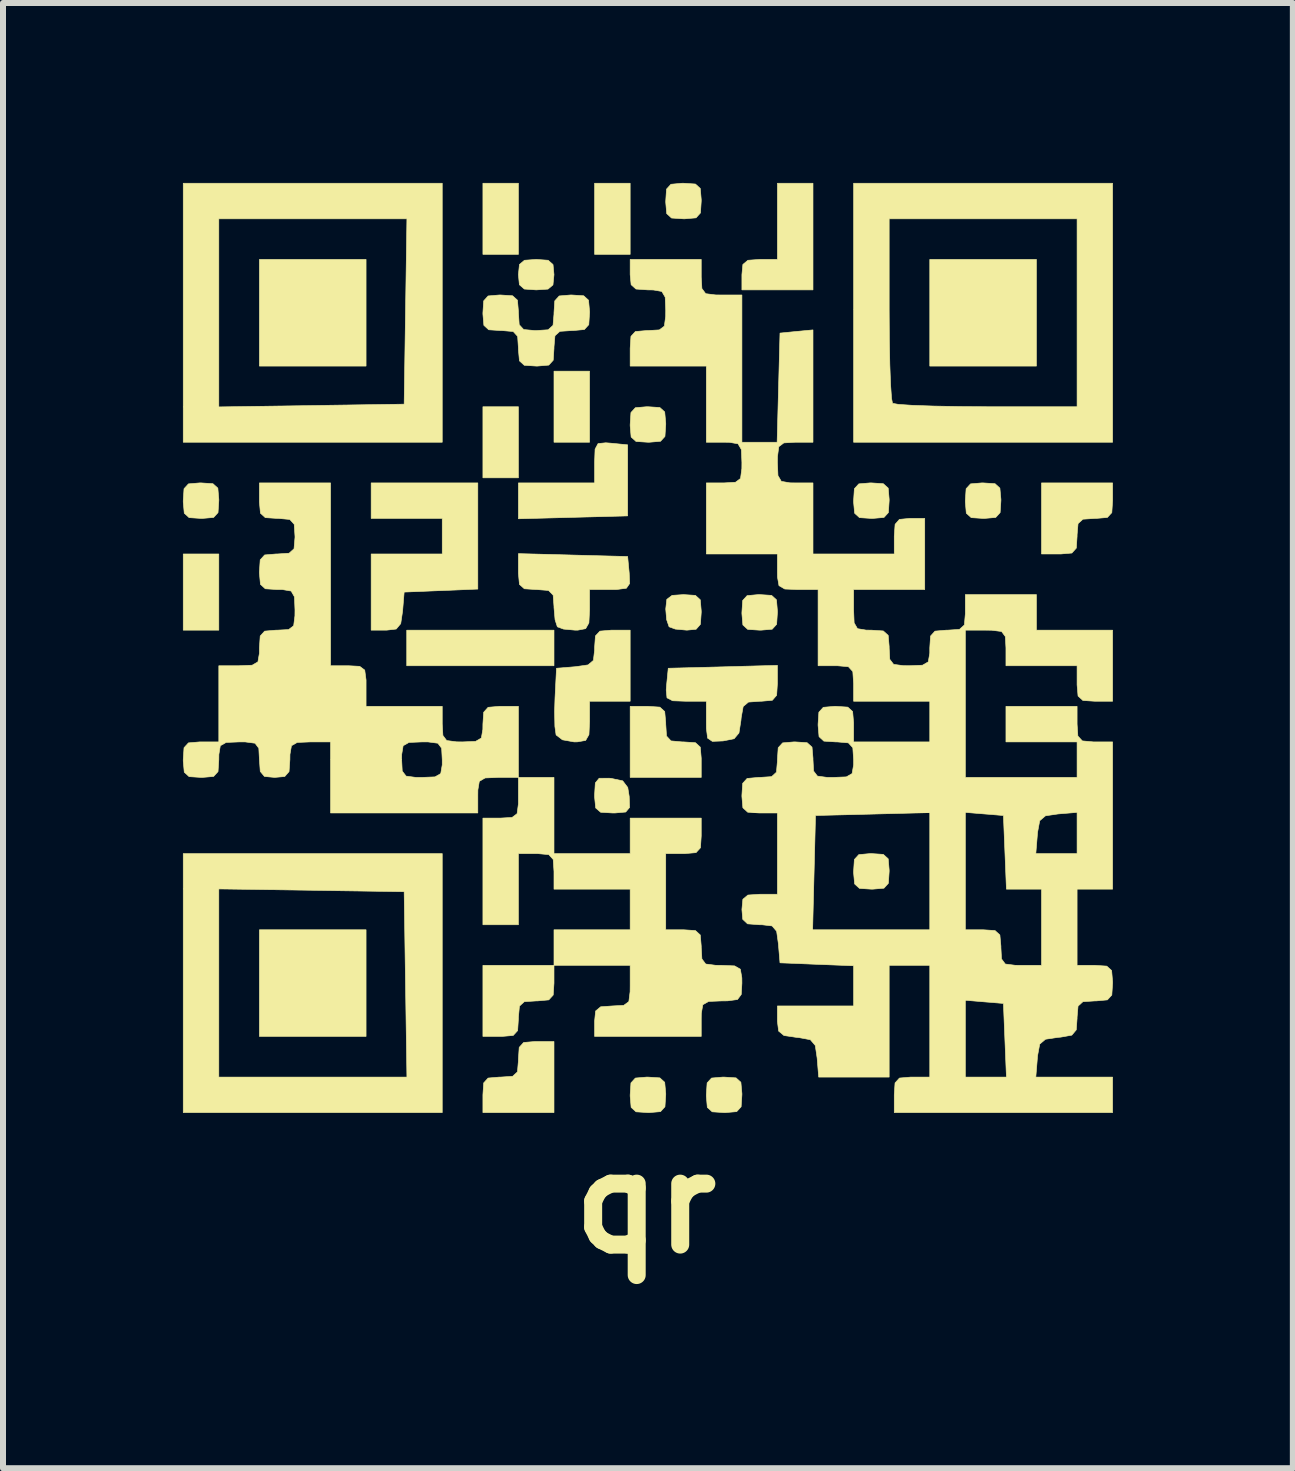
<source format=kicad_pcb>
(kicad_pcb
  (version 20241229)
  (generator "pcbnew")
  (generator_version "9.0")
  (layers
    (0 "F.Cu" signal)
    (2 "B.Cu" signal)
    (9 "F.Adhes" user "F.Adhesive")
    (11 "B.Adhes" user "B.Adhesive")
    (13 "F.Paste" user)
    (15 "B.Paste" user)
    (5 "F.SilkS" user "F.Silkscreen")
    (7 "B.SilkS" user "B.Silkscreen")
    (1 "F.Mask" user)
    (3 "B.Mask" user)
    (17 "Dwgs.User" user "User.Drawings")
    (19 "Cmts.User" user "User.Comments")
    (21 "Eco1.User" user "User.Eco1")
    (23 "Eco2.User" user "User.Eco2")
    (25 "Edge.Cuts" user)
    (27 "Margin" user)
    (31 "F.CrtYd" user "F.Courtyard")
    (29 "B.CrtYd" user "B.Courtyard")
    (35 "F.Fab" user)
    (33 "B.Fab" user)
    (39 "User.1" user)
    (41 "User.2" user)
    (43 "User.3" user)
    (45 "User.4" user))
  (footprint "qr"
    (layer "F.Cu")
    (at 7.71 7.71)
    (property "Reference" "qr" (at 0 9.3 0) (layer "F.SilkS") (effects (font (size 1.524 1.524) (thickness 0.3))))
    (attr through_hole)
    (fp_poly (pts (xy -7.112 -0.254) (xy -7.705 -0.254) (xy -7.705 -1.524) (xy -7.112 -1.524) (xy -7.112 -0.254)) (stroke (width 0.01) (type solid)) (fill yes) (layer "F.SilkS"))
    (fp_poly (pts (xy -4.657 -4.657) (xy -6.435 -4.657) (xy -6.435 -6.435) (xy -4.657 -6.435) (xy -4.657 -4.657)) (stroke (width 0.01) (type solid)) (fill yes) (layer "F.SilkS"))
    (fp_poly (pts (xy -4.657 6.519) (xy -6.435 6.519) (xy -6.435 4.741) (xy -4.657 4.741) (xy -4.657 6.519)) (stroke (width 0.01) (type solid)) (fill yes) (layer "F.SilkS"))
    (fp_poly (pts (xy -2.117 -6.519) (xy -2.709 -6.519) (xy -2.709 -7.705) (xy -2.117 -7.705) (xy -2.117 -6.519)) (stroke (width 0.01) (type solid)) (fill yes) (layer "F.SilkS"))
    (fp_poly (pts (xy -2.117 -2.794) (xy -2.709 -2.794) (xy -2.709 -3.979) (xy -2.117 -3.979) (xy -2.117 -2.794)) (stroke (width 0.01) (type solid)) (fill yes) (layer "F.SilkS"))
    (fp_poly (pts (xy -1.524 0.339) (xy -3.979 0.339) (xy -3.979 -0.254) (xy -1.524 -0.254) (xy -1.524 0.339)) (stroke (width 0.01) (type solid)) (fill yes) (layer "F.SilkS"))
    (fp_poly (pts (xy -0.931 -3.387) (xy -1.524 -3.387) (xy -1.524 -4.572) (xy -0.931 -4.572) (xy -0.931 -3.387)) (stroke (width 0.01) (type solid)) (fill yes) (layer "F.SilkS"))
    (fp_poly (pts (xy -0.254 -6.519) (xy -0.847 -6.519) (xy -0.847 -7.705) (xy -0.254 -7.705) (xy -0.254 -6.519)) (stroke (width 0.01) (type solid)) (fill yes) (layer "F.SilkS"))
    (fp_poly (pts (xy 6.519 -4.657) (xy 4.741 -4.657) (xy 4.741 -6.435) (xy 6.519 -6.435) (xy 6.519 -4.657)) (stroke (width 0.01) (type solid)) (fill yes) (layer "F.SilkS"))
    (fp_poly (pts (xy 2.794 -5.927) (xy 1.609 -5.927) (xy 1.609 -6.181) (xy 1.625 -6.351) (xy 1.709 -6.421) (xy 1.905 -6.435) (xy 2.201 -6.435) (xy 2.201 -7.705) (xy 2.794 -7.705) (xy 2.794 -5.927)) (stroke (width 0.01) (type solid)) (fill yes) (layer "F.SilkS"))
    (fp_poly (pts (xy -0.572 -3.371) (xy -0.296 -3.344) (xy -0.296 -2.159) (xy -1.206 -2.135) (xy -2.117 -2.111) (xy -2.117 -2.709) (xy -0.847 -2.709) (xy -0.847 -3.053) (xy -0.839 -3.272) (xy -0.789 -3.365) (xy -0.66 -3.378) (xy -0.572 -3.371)) (stroke (width 0.01) (type solid)) (fill yes) (layer "F.SilkS"))
    (fp_poly (pts (xy -3.387 7.789) (xy -7.705 7.789) (xy -7.705 7.197) (xy -7.112 7.197) (xy -3.976 7.197) (xy -3.999 5.652) (xy -4.022 4.106) (xy -7.112 4.06) (xy -7.112 7.197) (xy -7.705 7.197) (xy -7.705 3.471) (xy -3.387 3.471) (xy -3.387 7.789)) (stroke (width 0.01) (type solid)) (fill yes) (layer "F.SilkS"))
    (fp_poly (pts (xy -1.621 -6.421) (xy -1.54 -6.349) (xy -1.524 -6.181) (xy -1.541 -6.01) (xy -1.624 -5.94) (xy -1.82 -5.927) (xy -2.019 -5.941) (xy -2.101 -6.013) (xy -2.117 -6.181) (xy -2.1 -6.351) (xy -2.016 -6.421) (xy -1.82 -6.435) (xy -1.621 -6.421)) (stroke (width 0.01) (type solid)) (fill yes) (layer "F.SilkS"))
    (fp_poly (pts (xy -3.387 -3.387) (xy -7.705 -3.387) (xy -7.705 -7.112) (xy -7.112 -7.112) (xy -7.112 -3.976) (xy -5.567 -3.999) (xy -4.022 -4.022) (xy -3.999 -5.567) (xy -3.976 -7.112) (xy -7.112 -7.112) (xy -7.705 -7.112) (xy -7.705 -7.705) (xy -3.387 -7.705) (xy -3.387 -3.387)) (stroke (width 0.01) (type solid)) (fill yes) (layer "F.SilkS"))
    (fp_poly (pts (xy -2.794 -0.939) (xy -4.022 -0.889) (xy -4.048 -0.572) (xy -4.079 -0.363) (xy -4.154 -0.273) (xy -4.315 -0.254) (xy -4.323 -0.254) (xy -4.572 -0.254) (xy -4.572 -1.524) (xy -3.387 -1.524) (xy -3.387 -2.117) (xy -4.572 -2.117) (xy -4.572 -2.709) (xy -2.794 -2.709) (xy -2.794 -0.939)) (stroke (width 0.01) (type solid)) (fill yes) (layer "F.SilkS"))
    (fp_poly (pts (xy 0.834 -0.834) (xy 0.915 -0.76) (xy 0.931 -0.573) (xy 0.931 -0.55) (xy 0.917 -0.351) (xy 0.845 -0.269) (xy 0.691 -0.254) (xy 0.498 -0.272) (xy 0.395 -0.31) (xy 0.354 -0.429) (xy 0.339 -0.607) (xy 0.357 -0.768) (xy 0.445 -0.834) (xy 0.635 -0.847) (xy 0.834 -0.834)) (stroke (width 0.01) (type solid)) (fill yes) (layer "F.SilkS"))
    (fp_poly (pts (xy -0.572 2.217) (xy -0.378 2.258) (xy -0.294 2.369) (xy -0.27 2.519) (xy -0.264 2.702) (xy -0.328 2.778) (xy -0.508 2.794) (xy -0.545 2.794) (xy -0.746 2.782) (xy -0.829 2.71) (xy -0.847 2.528) (xy -0.847 2.492) (xy -0.835 2.293) (xy -0.771 2.215) (xy -0.605 2.214) (xy -0.572 2.217)) (stroke (width 0.01) (type solid)) (fill yes) (layer "F.SilkS"))
    (fp_poly (pts (xy -7.21 -2.696) (xy -7.128 -2.622) (xy -7.112 -2.436) (xy -7.112 -2.413) (xy -7.125 -2.214) (xy -7.199 -2.133) (xy -7.386 -2.117) (xy -7.408 -2.117) (xy -7.607 -2.13) (xy -7.688 -2.204) (xy -7.705 -2.39) (xy -7.705 -2.413) (xy -7.692 -2.612) (xy -7.618 -2.693) (xy -7.431 -2.709) (xy -7.408 -2.709) (xy -7.21 -2.696)) (stroke (width 0.01) (type solid)) (fill yes) (layer "F.SilkS"))
    (fp_poly (pts (xy -1.524 5.63) (xy -1.537 5.829) (xy -1.611 5.91) (xy -1.798 5.927) (xy -1.82 5.927) (xy -2.019 5.94) (xy -2.1 6.014) (xy -2.117 6.2) (xy -2.117 6.223) (xy -2.13 6.422) (xy -2.204 6.503) (xy -2.39 6.519) (xy -2.413 6.519) (xy -2.709 6.519) (xy -2.709 5.334) (xy -1.524 5.334) (xy -1.524 5.63)) (stroke (width 0.01) (type solid)) (fill yes) (layer "F.SilkS"))
    (fp_poly (pts (xy -1.524 7.789) (xy -2.709 7.789) (xy -2.709 7.493) (xy -2.696 7.294) (xy -2.622 7.213) (xy -2.436 7.197) (xy -2.413 7.197) (xy -2.214 7.184) (xy -2.133 7.11) (xy -2.117 6.923) (xy -2.117 6.9) (xy -2.104 6.702) (xy -2.03 6.62) (xy -1.843 6.604) (xy -1.82 6.604) (xy -1.524 6.604) (xy -1.524 7.789)) (stroke (width 0.01) (type solid)) (fill yes) (layer "F.SilkS"))
    (fp_poly (pts (xy 0.241 -3.966) (xy 0.322 -3.892) (xy 0.339 -3.706) (xy 0.339 -3.683) (xy 0.326 -3.484) (xy 0.252 -3.403) (xy 0.065 -3.387) (xy 0.042 -3.387) (xy -0.156 -3.4) (xy -0.238 -3.474) (xy -0.254 -3.66) (xy -0.254 -3.683) (xy -0.241 -3.882) (xy -0.167 -3.963) (xy 0.02 -3.979) (xy 0.042 -3.979) (xy 0.241 -3.966)) (stroke (width 0.01) (type solid)) (fill yes) (layer "F.SilkS"))
    (fp_poly (pts (xy 0.241 1.029) (xy 0.322 1.103) (xy 0.339 1.29) (xy 0.339 1.312) (xy 0.352 1.511) (xy 0.426 1.592) (xy 0.612 1.609) (xy 0.635 1.609) (xy 0.834 1.622) (xy 0.915 1.696) (xy 0.931 1.882) (xy 0.931 1.905) (xy 0.931 2.201) (xy -0.254 2.201) (xy -0.254 1.016) (xy 0.042 1.016) (xy 0.241 1.029)) (stroke (width 0.01) (type solid)) (fill yes) (layer "F.SilkS"))
    (fp_poly (pts (xy 0.241 7.21) (xy 0.322 7.284) (xy 0.339 7.47) (xy 0.339 7.493) (xy 0.326 7.692) (xy 0.252 7.773) (xy 0.065 7.789) (xy 0.042 7.789) (xy -0.156 7.776) (xy -0.238 7.702) (xy -0.254 7.516) (xy -0.254 7.493) (xy -0.241 7.294) (xy -0.167 7.213) (xy 0.02 7.197) (xy 0.042 7.197) (xy 0.241 7.21)) (stroke (width 0.01) (type solid)) (fill yes) (layer "F.SilkS"))
    (fp_poly (pts (xy 0.834 -7.692) (xy 0.915 -7.618) (xy 0.931 -7.431) (xy 0.931 -7.408) (xy 0.918 -7.21) (xy 0.844 -7.128) (xy 0.658 -7.112) (xy 0.635 -7.112) (xy 0.436 -7.125) (xy 0.355 -7.199) (xy 0.339 -7.386) (xy 0.339 -7.408) (xy 0.352 -7.607) (xy 0.426 -7.688) (xy 0.612 -7.705) (xy 0.635 -7.705) (xy 0.834 -7.692)) (stroke (width 0.01) (type solid)) (fill yes) (layer "F.SilkS"))
    (fp_poly (pts (xy 1.511 7.21) (xy 1.592 7.284) (xy 1.609 7.47) (xy 1.609 7.493) (xy 1.596 7.692) (xy 1.522 7.773) (xy 1.335 7.789) (xy 1.312 7.789) (xy 1.114 7.776) (xy 1.032 7.702) (xy 1.016 7.516) (xy 1.016 7.493) (xy 1.029 7.294) (xy 1.103 7.213) (xy 1.29 7.197) (xy 1.312 7.197) (xy 1.511 7.21)) (stroke (width 0.01) (type solid)) (fill yes) (layer "F.SilkS"))
    (fp_poly (pts (xy 2.104 -0.834) (xy 2.185 -0.76) (xy 2.201 -0.573) (xy 2.201 -0.55) (xy 2.188 -0.352) (xy 2.114 -0.27) (xy 1.928 -0.254) (xy 1.905 -0.254) (xy 1.706 -0.267) (xy 1.625 -0.341) (xy 1.609 -0.528) (xy 1.609 -0.55) (xy 1.622 -0.749) (xy 1.696 -0.83) (xy 1.882 -0.847) (xy 1.905 -0.847) (xy 2.104 -0.834)) (stroke (width 0.01) (type solid)) (fill yes) (layer "F.SilkS"))
    (fp_poly (pts (xy 3.966 -2.696) (xy 4.048 -2.622) (xy 4.064 -2.436) (xy 4.064 -2.413) (xy 4.051 -2.214) (xy 3.977 -2.133) (xy 3.79 -2.117) (xy 3.768 -2.117) (xy 3.569 -2.13) (xy 3.488 -2.204) (xy 3.471 -2.39) (xy 3.471 -2.413) (xy 3.484 -2.612) (xy 3.558 -2.693) (xy 3.745 -2.709) (xy 3.768 -2.709) (xy 3.966 -2.696)) (stroke (width 0.01) (type solid)) (fill yes) (layer "F.SilkS"))
    (fp_poly (pts (xy 3.966 3.484) (xy 4.048 3.558) (xy 4.064 3.745) (xy 4.064 3.768) (xy 4.051 3.966) (xy 3.977 4.048) (xy 3.79 4.064) (xy 3.768 4.064) (xy 3.569 4.051) (xy 3.488 3.977) (xy 3.471 3.79) (xy 3.471 3.768) (xy 3.484 3.569) (xy 3.558 3.488) (xy 3.745 3.471) (xy 3.768 3.471) (xy 3.966 3.484)) (stroke (width 0.01) (type solid)) (fill yes) (layer "F.SilkS"))
    (fp_poly (pts (xy 5.829 -2.696) (xy 5.91 -2.622) (xy 5.927 -2.436) (xy 5.927 -2.413) (xy 5.914 -2.214) (xy 5.84 -2.133) (xy 5.653 -2.117) (xy 5.63 -2.117) (xy 5.432 -2.13) (xy 5.35 -2.204) (xy 5.334 -2.39) (xy 5.334 -2.413) (xy 5.347 -2.612) (xy 5.421 -2.693) (xy 5.608 -2.709) (xy 5.63 -2.709) (xy 5.829 -2.696)) (stroke (width 0.01) (type solid)) (fill yes) (layer "F.SilkS"))
    (fp_poly (pts (xy 7.789 -2.413) (xy 7.776 -2.214) (xy 7.702 -2.133) (xy 7.516 -2.117) (xy 7.493 -2.117) (xy 7.294 -2.104) (xy 7.213 -2.03) (xy 7.197 -1.843) (xy 7.197 -1.82) (xy 7.184 -1.622) (xy 7.11 -1.54) (xy 6.923 -1.524) (xy 6.9 -1.524) (xy 6.604 -1.524) (xy 6.604 -2.709) (xy 7.789 -2.709) (xy 7.789 -2.413)) (stroke (width 0.01) (type solid)) (fill yes) (layer "F.SilkS"))
    (fp_poly (pts (xy 7.789 -3.387) (xy 3.471 -3.387) (xy 3.471 -7.112) (xy 4.064 -7.112) (xy 4.064 -5.602) (xy 4.067 -5.113) (xy 4.075 -4.683) (xy 4.088 -4.341) (xy 4.104 -4.116) (xy 4.12 -4.036) (xy 4.219 -4.018) (xy 4.46 -4.002) (xy 4.813 -3.99) (xy 5.251 -3.982) (xy 5.687 -3.979) (xy 7.197 -3.979) (xy 7.197 -7.112) (xy 4.064 -7.112) (xy 3.471 -7.112) (xy 3.471 -7.705) (xy 7.789 -7.705) (xy 7.789 -3.387)) (stroke (width 0.01) (type solid)) (fill yes) (layer "F.SilkS"))
    (fp_poly (pts (xy -0.254 0.931) (xy -0.931 0.931) (xy -0.931 1.27) (xy -0.941 1.487) (xy -0.996 1.584) (xy -1.131 1.608) (xy -1.188 1.609) (xy -1.383 1.574) (xy -1.489 1.493) (xy -1.509 1.35) (xy -1.514 1.1) (xy -1.507 0.88) (xy -1.482 0.381) (xy -1.164 0.355) (xy -0.956 0.325) (xy -0.867 0.25) (xy -0.847 0.079) (xy -0.847 0.037) (xy -0.833 -0.158) (xy -0.758 -0.238) (xy -0.57 -0.254) (xy -0.55 -0.254) (xy -0.254 -0.254) (xy -0.254 0.931)) (stroke (width 0.01) (type solid)) (fill yes) (layer "F.SilkS"))
    (fp_poly (pts (xy 2.201 0.632) (xy 2.188 0.832) (xy 2.116 0.915) (xy 1.935 0.931) (xy 1.91 0.931) (xy 1.718 0.945) (xy 1.63 1.019) (xy 1.597 1.204) (xy 1.593 1.249) (xy 1.56 1.46) (xy 1.479 1.556) (xy 1.3 1.592) (xy 1.291 1.593) (xy 1.116 1.6) (xy 1.037 1.546) (xy 1.017 1.386) (xy 1.016 1.275) (xy 1.016 0.931) (xy 0.672 0.931) (xy 0.454 0.923) (xy 0.36 0.874) (xy 0.347 0.745) (xy 0.354 0.656) (xy 0.381 0.381) (xy 2.201 0.333) (xy 2.201 0.632)) (stroke (width 0.01) (type solid)) (fill yes) (layer "F.SilkS"))
    (fp_poly (pts (xy -1.206 -1.506) (xy -0.296 -1.482) (xy -0.27 -1.206) (xy -0.263 -1.031) (xy -0.317 -0.953) (xy -0.477 -0.932) (xy -0.587 -0.931) (xy -0.931 -0.931) (xy -0.931 -0.593) (xy -0.942 -0.375) (xy -0.996 -0.279) (xy -1.128 -0.254) (xy -1.171 -0.254) (xy -1.365 -0.272) (xy -1.468 -0.31) (xy -1.506 -0.427) (xy -1.524 -0.632) (xy -1.524 -0.649) (xy -1.538 -0.838) (xy -1.615 -0.916) (xy -1.806 -0.931) (xy -1.82 -0.931) (xy -2.018 -0.944) (xy -2.1 -1.017) (xy -2.117 -1.202) (xy -2.117 -1.231) (xy -2.117 -1.53) (xy -1.206 -1.506)) (stroke (width 0.01) (type solid)) (fill yes) (layer "F.SilkS"))
    (fp_poly (pts (xy -1.029 -5.829) (xy -0.948 -5.755) (xy -0.931 -5.568) (xy -0.931 -5.546) (xy -0.944 -5.347) (xy -1.018 -5.266) (xy -1.205 -5.249) (xy -1.228 -5.249) (xy -1.426 -5.236) (xy -1.508 -5.162) (xy -1.524 -4.976) (xy -1.524 -4.953) (xy -1.537 -4.754) (xy -1.611 -4.673) (xy -1.798 -4.657) (xy -1.82 -4.657) (xy -2.019 -4.67) (xy -2.1 -4.744) (xy -2.117 -4.93) (xy -2.117 -4.953) (xy -2.13 -5.152) (xy -2.204 -5.233) (xy -2.39 -5.249) (xy -2.413 -5.249) (xy -2.612 -5.262) (xy -2.693 -5.336) (xy -2.709 -5.523) (xy -2.709 -5.546) (xy -2.696 -5.744) (xy -2.622 -5.826) (xy -2.436 -5.842) (xy -2.413 -5.842) (xy -2.214 -5.829) (xy -2.133 -5.755) (xy -2.117 -5.568) (xy -2.117 -5.546) (xy -2.104 -5.347) (xy -2.03 -5.266) (xy -1.843 -5.249) (xy -1.82 -5.249) (xy -1.622 -5.262) (xy -1.54 -5.336) (xy -1.524 -5.523) (xy -1.524 -5.546) (xy -1.511 -5.744) (xy -1.437 -5.826) (xy -1.25 -5.842) (xy -1.228 -5.842) (xy -1.029 -5.829)) (stroke (width 0.01) (type solid)) (fill yes) (layer "F.SilkS"))
    (fp_poly (pts (xy -1.524 4.741) (xy -0.254 4.741) (xy -0.254 4.064) (xy -1.524 4.064) (xy -1.524 3.768) (xy -1.537 3.569) (xy -1.611 3.488) (xy -1.798 3.471) (xy -1.82 3.471) (xy -2.117 3.471) (xy -2.117 4.657) (xy -2.709 4.657) (xy -2.709 2.879) (xy -2.413 2.879) (xy -2.223 2.868) (xy -2.139 2.805) (xy -2.117 2.64) (xy -2.117 2.54) (xy -2.117 2.201) (xy -1.524 2.201) (xy -1.524 3.471) (xy -0.254 3.471) (xy -0.254 2.879) (xy 0.931 2.879) (xy 0.931 3.175) (xy 0.918 3.374) (xy 0.844 3.455) (xy 0.658 3.471) (xy 0.635 3.471) (xy 0.339 3.471) (xy 0.339 4.741) (xy 0.635 4.741) (xy 0.834 4.754) (xy 0.915 4.828) (xy 0.931 5.015) (xy 0.931 5.038) (xy 0.942 5.227) (xy 1.005 5.312) (xy 1.17 5.333) (xy 1.27 5.334) (xy 1.487 5.343) (xy 1.583 5.398) (xy 1.608 5.543) (xy 1.609 5.63) (xy 1.598 5.82) (xy 1.535 5.904) (xy 1.37 5.926) (xy 1.27 5.927) (xy 1.053 5.936) (xy 0.957 5.991) (xy 0.932 6.136) (xy 0.931 6.223) (xy 0.931 6.519) (xy -0.847 6.519) (xy -0.847 6.265) (xy -0.83 6.095) (xy -0.746 6.025) (xy -0.55 6.011) (xy -0.361 6.001) (xy -0.276 5.938) (xy -0.255 5.773) (xy -0.254 5.673) (xy -0.254 5.334) (xy -1.524 5.334) (xy -1.524 4.741)) (stroke (width 0.01) (type solid)) (fill yes) (layer "F.SilkS"))
    (fp_poly (pts (xy -5.249 0.339) (xy -4.953 0.339) (xy -4.763 0.349) (xy -4.679 0.412) (xy -4.657 0.577) (xy -4.657 0.677) (xy -4.657 1.016) (xy -3.387 1.016) (xy -3.387 1.312) (xy -3.376 1.502) (xy -3.313 1.586) (xy -3.148 1.608) (xy -3.048 1.609) (xy -2.831 1.6) (xy -2.735 1.544) (xy -2.71 1.4) (xy -2.709 1.312) (xy -2.696 1.114) (xy -2.622 1.032) (xy -2.436 1.016) (xy -2.413 1.016) (xy -2.117 1.016) (xy -2.117 2.201) (xy -2.455 2.201) (xy -2.672 2.21) (xy -2.769 2.266) (xy -2.793 2.41) (xy -2.794 2.498) (xy -2.794 2.794) (xy -5.249 2.794) (xy -5.249 1.905) (xy -4.064 1.905) (xy -4.054 2.095) (xy -3.99 2.179) (xy -3.825 2.201) (xy -3.725 2.201) (xy -3.508 2.192) (xy -3.412 2.137) (xy -3.387 1.992) (xy -3.387 1.905) (xy -3.397 1.715) (xy -3.46 1.631) (xy -3.625 1.609) (xy -3.725 1.609) (xy -3.942 1.618) (xy -4.039 1.673) (xy -4.063 1.818) (xy -4.064 1.905) (xy -5.249 1.905) (xy -5.249 1.609) (xy -5.588 1.609) (xy -5.805 1.618) (xy -5.901 1.673) (xy -5.926 1.818) (xy -5.927 1.905) (xy -5.941 2.104) (xy -6.013 2.186) (xy -6.181 2.201) (xy -6.351 2.185) (xy -6.421 2.101) (xy -6.435 1.905) (xy -6.445 1.715) (xy -6.508 1.631) (xy -6.673 1.609) (xy -6.773 1.609) (xy -6.99 1.618) (xy -7.087 1.673) (xy -7.111 1.818) (xy -7.112 1.905) (xy -7.125 2.104) (xy -7.199 2.185) (xy -7.386 2.201) (xy -7.408 2.201) (xy -7.607 2.188) (xy -7.688 2.114) (xy -7.705 1.928) (xy -7.705 1.905) (xy -7.692 1.706) (xy -7.618 1.625) (xy -7.431 1.609) (xy -7.408 1.609) (xy -7.112 1.609) (xy -7.112 0.339) (xy -6.773 0.339) (xy -6.556 0.33) (xy -6.46 0.274) (xy -6.435 0.13) (xy -6.435 0.042) (xy -6.422 -0.156) (xy -6.348 -0.238) (xy -6.161 -0.254) (xy -6.138 -0.254) (xy -5.949 -0.264) (xy -5.864 -0.328) (xy -5.843 -0.493) (xy -5.842 -0.593) (xy -5.851 -0.81) (xy -5.906 -0.906) (xy -6.051 -0.931) (xy -6.138 -0.931) (xy -6.337 -0.944) (xy -6.418 -1.018) (xy -6.435 -1.205) (xy -6.435 -1.228) (xy -6.422 -1.426) (xy -6.348 -1.508) (xy -6.161 -1.524) (xy -6.138 -1.524) (xy -5.94 -1.537) (xy -5.858 -1.611) (xy -5.842 -1.798) (xy -5.842 -1.82) (xy -5.855 -2.019) (xy -5.929 -2.1) (xy -6.116 -2.117) (xy -6.138 -2.117) (xy -6.337 -2.13) (xy -6.418 -2.204) (xy -6.435 -2.39) (xy -6.435 -2.413) (xy -6.435 -2.709) (xy -5.249 -2.709) (xy -5.249 0.339)) (stroke (width 0.01) (type solid)) (fill yes) (layer "F.SilkS"))
    (fp_poly (pts (xy 0.931 -6.138) (xy 0.942 -5.949) (xy 1.005 -5.864) (xy 1.17 -5.843) (xy 1.27 -5.842) (xy 1.609 -5.842) (xy 1.609 -3.387) (xy 2.196 -3.387) (xy 2.244 -5.207) (xy 2.519 -5.234) (xy 2.794 -5.26) (xy 2.794 -3.387) (xy 2.498 -3.387) (xy 2.308 -3.376) (xy 2.224 -3.313) (xy 2.202 -3.148) (xy 2.201 -3.048) (xy 2.21 -2.831) (xy 2.266 -2.735) (xy 2.41 -2.71) (xy 2.498 -2.709) (xy 2.794 -2.709) (xy 2.794 -1.524) (xy 4.149 -1.524) (xy 4.149 -1.82) (xy 4.163 -2.019) (xy 4.235 -2.101) (xy 4.403 -2.117) (xy 4.657 -2.117) (xy 4.657 -0.931) (xy 3.471 -0.931) (xy 3.471 -0.593) (xy 3.48 -0.376) (xy 3.536 -0.279) (xy 3.68 -0.255) (xy 3.768 -0.254) (xy 3.966 -0.241) (xy 4.048 -0.167) (xy 4.064 0.02) (xy 4.064 0.042) (xy 4.074 0.232) (xy 4.138 0.316) (xy 4.303 0.338) (xy 4.403 0.339) (xy 4.62 0.33) (xy 4.716 0.274) (xy 4.741 0.13) (xy 4.741 0.042) (xy 4.754 -0.156) (xy 4.828 -0.238) (xy 5.015 -0.254) (xy 5.038 -0.254) (xy 5.236 -0.267) (xy 5.318 -0.341) (xy 5.334 -0.528) (xy 5.334 -0.55) (xy 5.334 -0.847) (xy 6.519 -0.847) (xy 6.519 -0.254) (xy 7.789 -0.254) (xy 7.789 0.931) (xy 7.493 0.931) (xy 7.294 0.918) (xy 7.213 0.844) (xy 7.197 0.658) (xy 7.197 0.635) (xy 7.197 0.339) (xy 6.011 0.339) (xy 6.011 0.042) (xy 6.001 -0.147) (xy 5.938 -0.232) (xy 5.773 -0.253) (xy 5.673 -0.254) (xy 5.334 -0.254) (xy 5.334 2.201) (xy 7.197 2.201) (xy 7.197 1.609) (xy 6.011 1.609) (xy 6.011 1.016) (xy 7.197 1.016) (xy 7.197 1.312) (xy 7.21 1.511) (xy 7.284 1.592) (xy 7.47 1.609) (xy 7.493 1.609) (xy 7.789 1.609) (xy 7.789 4.064) (xy 7.197 4.064) (xy 7.197 5.334) (xy 7.493 5.334) (xy 7.692 5.347) (xy 7.773 5.421) (xy 7.789 5.608) (xy 7.789 5.63) (xy 7.776 5.829) (xy 7.702 5.91) (xy 7.516 5.927) (xy 7.493 5.927) (xy 7.294 5.94) (xy 7.213 6.014) (xy 7.197 6.199) (xy 7.197 6.218) (xy 7.183 6.41) (xy 7.109 6.498) (xy 6.924 6.531) (xy 6.879 6.535) (xy 6.67 6.566) (xy 6.574 6.648) (xy 6.539 6.836) (xy 6.535 6.879) (xy 6.509 7.197) (xy 7.789 7.197) (xy 7.789 7.789) (xy 4.149 7.789) (xy 4.149 7.493) (xy 4.162 7.294) (xy 4.236 7.213) (xy 4.422 7.197) (xy 4.445 7.197) (xy 4.741 7.197) (xy 5.334 7.197) (xy 6.019 7.197) (xy 5.994 6.583) (xy 5.969 5.969) (xy 5.652 5.943) (xy 5.334 5.916) (xy 5.334 7.197) (xy 4.741 7.197) (xy 4.741 5.334) (xy 4.064 5.334) (xy 4.064 7.197) (xy 2.889 7.197) (xy 2.863 6.879) (xy 2.832 6.67) (xy 2.75 6.574) (xy 2.562 6.539) (xy 2.519 6.535) (xy 2.31 6.504) (xy 2.221 6.43) (xy 2.201 6.268) (xy 2.201 6.26) (xy 2.201 6.011) (xy 3.471 6.011) (xy 3.471 5.341) (xy 2.857 5.317) (xy 2.244 5.292) (xy 2.217 4.974) (xy 2.188 4.766) (xy 2.167 4.741) (xy 2.788 4.741) (xy 4.741 4.741) (xy 5.334 4.741) (xy 5.63 4.741) (xy 5.829 4.754) (xy 5.91 4.828) (xy 5.927 5.015) (xy 5.927 5.038) (xy 5.937 5.227) (xy 6 5.312) (xy 6.165 5.333) (xy 6.265 5.334) (xy 6.604 5.334) (xy 6.604 4.064) (xy 6.019 4.064) (xy 5.995 3.471) (xy 6.509 3.471) (xy 7.197 3.471) (xy 7.197 2.784) (xy 6.879 2.81) (xy 6.67 2.841) (xy 6.574 2.923) (xy 6.539 3.111) (xy 6.535 3.154) (xy 6.509 3.471) (xy 5.995 3.471) (xy 5.969 2.836) (xy 5.334 2.784) (xy 5.334 4.741) (xy 4.741 4.741) (xy 4.741 2.788) (xy 2.836 2.836) (xy 2.788 4.741) (xy 2.167 4.741) (xy 2.112 4.677) (xy 1.941 4.657) (xy 1.9 4.657) (xy 1.703 4.642) (xy 1.623 4.567) (xy 1.609 4.403) (xy 1.625 4.232) (xy 1.709 4.162) (xy 1.905 4.149) (xy 2.201 4.149) (xy 2.201 2.794) (xy 1.905 2.794) (xy 1.706 2.781) (xy 1.625 2.707) (xy 1.609 2.52) (xy 1.609 2.498) (xy 1.622 2.299) (xy 1.696 2.218) (xy 1.882 2.201) (xy 1.905 2.201) (xy 2.104 2.188) (xy 2.185 2.114) (xy 2.201 1.928) (xy 2.201 1.905) (xy 2.214 1.706) (xy 2.288 1.625) (xy 2.475 1.609) (xy 2.498 1.609) (xy 2.696 1.622) (xy 2.778 1.696) (xy 2.794 1.882) (xy 2.794 1.905) (xy 2.804 2.095) (xy 2.868 2.179) (xy 3.033 2.201) (xy 3.133 2.201) (xy 3.35 2.192) (xy 3.446 2.137) (xy 3.471 1.992) (xy 3.471 1.905) (xy 3.458 1.706) (xy 3.384 1.625) (xy 3.198 1.609) (xy 3.175 1.609) (xy 2.976 1.596) (xy 2.895 1.522) (xy 2.879 1.335) (xy 2.879 1.312) (xy 2.892 1.114) (xy 2.966 1.032) (xy 3.152 1.016) (xy 3.175 1.016) (xy 3.374 1.029) (xy 3.455 1.103) (xy 3.471 1.29) (xy 3.471 1.312) (xy 3.471 1.609) (xy 4.741 1.609) (xy 4.741 0.931) (xy 3.471 0.931) (xy 3.471 0.635) (xy 3.458 0.436) (xy 3.384 0.355) (xy 3.198 0.339) (xy 3.175 0.339) (xy 2.879 0.339) (xy 2.879 -0.931) (xy 2.54 -0.931) (xy 2.323 -0.94) (xy 2.227 -0.996) (xy 2.202 -1.14) (xy 2.201 -1.228) (xy 2.201 -1.524) (xy 1.016 -1.524) (xy 1.016 -2.709) (xy 1.312 -2.709) (xy 1.502 -2.72) (xy 1.586 -2.783) (xy 1.608 -2.948) (xy 1.609 -3.048) (xy 1.6 -3.265) (xy 1.544 -3.361) (xy 1.4 -3.386) (xy 1.312 -3.387) (xy 1.016 -3.387) (xy 1.016 -4.657) (xy -0.254 -4.657) (xy -0.254 -4.953) (xy -0.241 -5.152) (xy -0.167 -5.233) (xy 0.02 -5.249) (xy 0.042 -5.249) (xy 0.232 -5.26) (xy 0.316 -5.323) (xy 0.338 -5.488) (xy 0.339 -5.588) (xy 0.33 -5.805) (xy 0.274 -5.901) (xy 0.13 -5.926) (xy 0.042 -5.927) (xy -0.157 -5.941) (xy -0.238 -6.013) (xy -0.254 -6.181) (xy -0.254 -6.435) (xy 0.931 -6.435) (xy 0.931 -6.138)) (stroke (width 0.01) (type solid)) (fill yes) (layer "F.SilkS")))
  (gr_rect
    (start -3 -3)
    (end 18.504 21.428)
    (stroke (width 0.1) (type default))
    (fill no)
    (layer "Edge.Cuts")))
</source>
